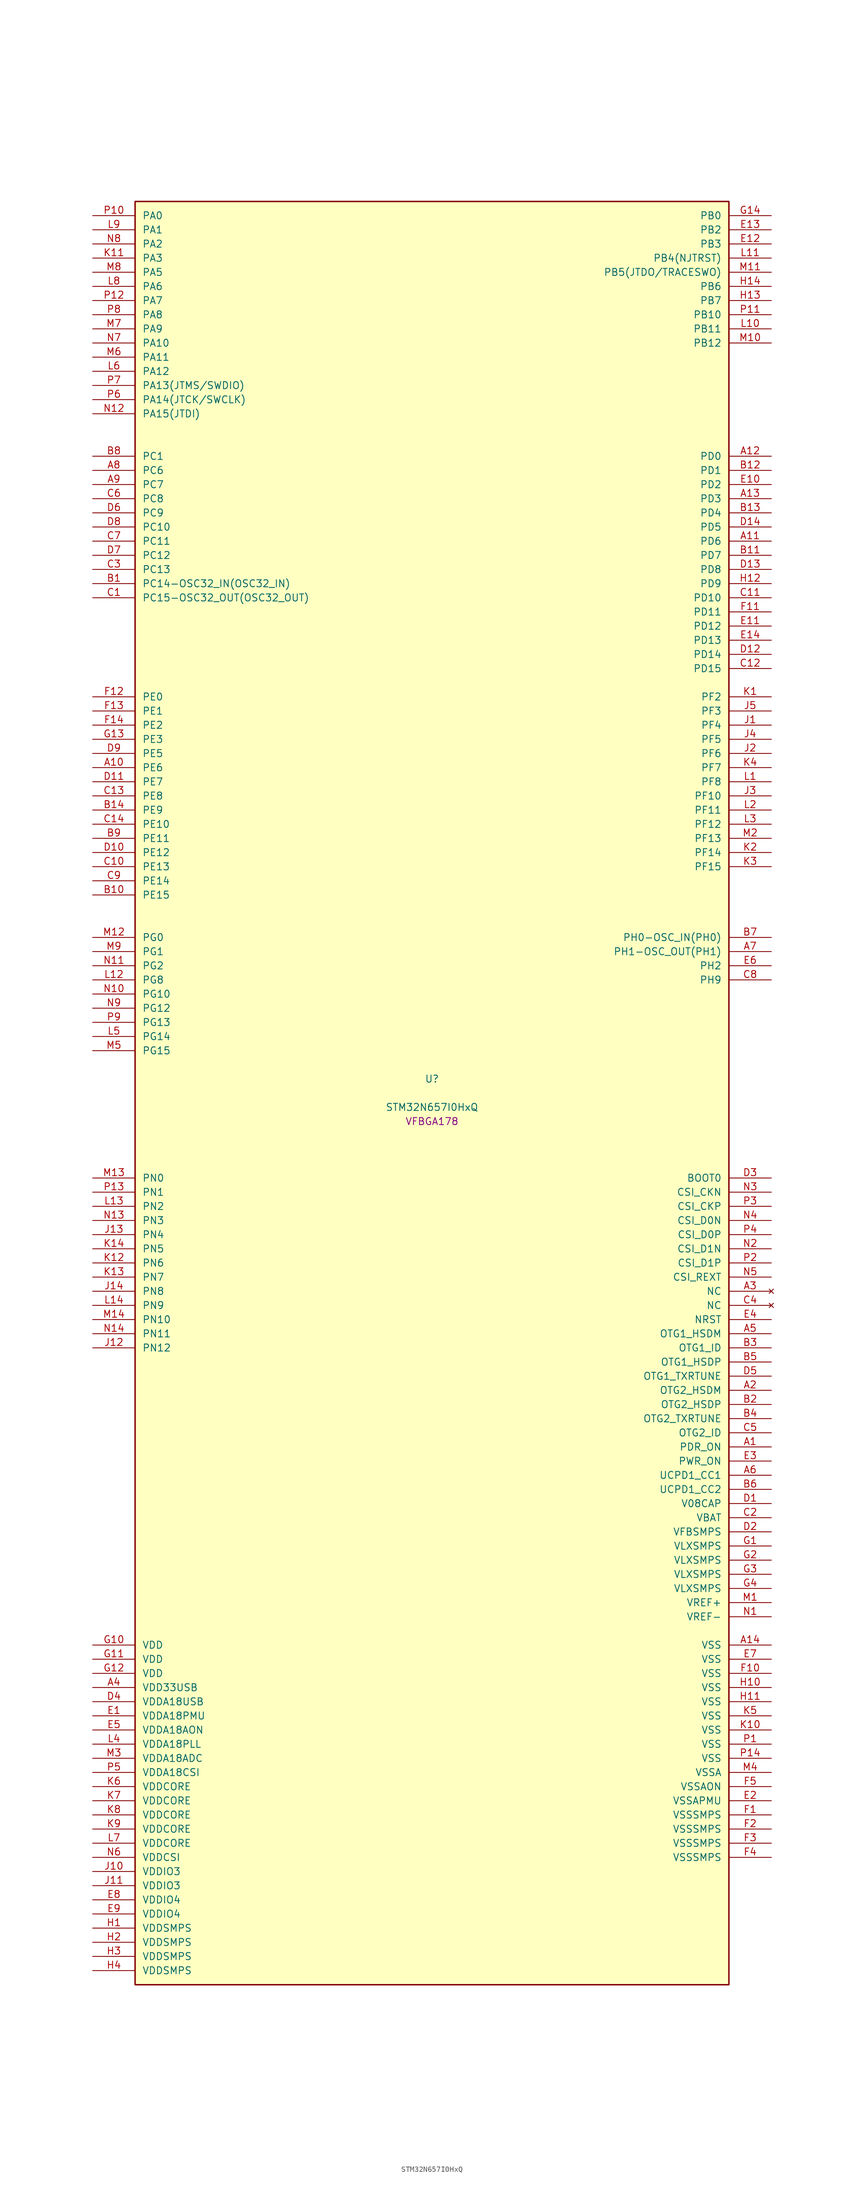
<source format=kicad_sym>
(kicad_symbol_lib
  (version 20241209)
  (generator "stm32_pkl_generator")
  (generator_version "1.0")
  (symbol "STM32N657I0HxQ"
    (pin_names
      (offset 1.27))
    (property "Reference" "U"
      (at 0 2.54 0))
    (property "Value" "STM32N657I0HxQ"
      (at 0 -2.54 0))
    (property "Footprint" "VFBGA178"
      (at 0 -5.08 0))
    (symbol "STM32N657I0HxQ_1_1"
      (rectangle (start -53.34 160.02) (end 53.34 -160.02) (stroke (width 0.254) (type solid)) (fill (type background)))
      (pin bidirectional line (at -60.96 157.48 0) (length 7.62) (name "PA0") (number "P10") (alternate "PA0/ADC1_INN1" bidirectional line) (alternate "PA0/ADC1_INP0" bidirectional line) (alternate "PA0/ADC2_INN1" bidirectional line) (alternate "PA0/ADC2_INP0" bidirectional line) (alternate "PA0/FMC_D7" bidirectional line) (alternate "PA0/FMC_DA7" bidirectional line) (alternate "PA0/HDP_HDP0" bidirectional line) (alternate "PA0/I2S6_WS" bidirectional line) (alternate "PA0/LTDC_G3" bidirectional line) (alternate "PA0/PWR_WKUP1" bidirectional line) (alternate "PA0/SAI2_SD_B" bidirectional line) (alternate "PA0/SPI6_NSS" bidirectional line) (alternate "PA0/TIM15_BKIN" bidirectional line) (alternate "PA0/TIM2_CH1" bidirectional line) (alternate "PA0/TIM5_CH1" bidirectional line) (alternate "PA0/TIM9_CH1" bidirectional line) (alternate "PA0/UART4_TX" bidirectional line) (alternate "PA0/USART2_CTS" bidirectional line) (alternate "PA0/USART2_NSS" bidirectional line))
      (pin bidirectional line (at -60.96 154.94 0) (length 7.62) (name "PA1") (number "L9") (alternate "PA1/ADC1_INP1" bidirectional line) (alternate "PA1/ADC2_INP1" bidirectional line) (alternate "PA1/DCMIPP_D0" bidirectional line) (alternate "PA1/DCMI_D0" bidirectional line) (alternate "PA1/FMC_D6" bidirectional line) (alternate "PA1/FMC_DA6" bidirectional line) (alternate "PA1/HDP_HDP1" bidirectional line) (alternate "PA1/LPTIM3_IN1" bidirectional line) (alternate "PA1/LTDC_G2" bidirectional line) (alternate "PA1/PSSI_D0" bidirectional line) (alternate "PA1/SAI2_MCLK_B" bidirectional line) (alternate "PA1/TIM15_CH1N" bidirectional line) (alternate "PA1/TIM2_CH2" bidirectional line) (alternate "PA1/TIM5_CH2" bidirectional line) (alternate "PA1/UART4_RX" bidirectional line) (alternate "PA1/USART2_RTS" bidirectional line))
      (pin bidirectional line (at -60.96 152.4 0) (length 7.62) (name "PA2") (number "N8") (alternate "PA2/ADC1_INP14" bidirectional line) (alternate "PA2/ADC2_INP14" bidirectional line) (alternate "PA2/FMC_D5" bidirectional line) (alternate "PA2/FMC_DA5" bidirectional line) (alternate "PA2/HDP_HDP2" bidirectional line) (alternate "PA2/LPTIM3_IN2" bidirectional line) (alternate "PA2/LTDC_B7" bidirectional line) (alternate "PA2/MDIOS_MDIO" bidirectional line) (alternate "PA2/PWR_WKUP2" bidirectional line) (alternate "PA2/SAI2_SCK_B" bidirectional line) (alternate "PA2/TIM15_CH1" bidirectional line) (alternate "PA2/TIM2_CH3" bidirectional line) (alternate "PA2/TIM5_CH3" bidirectional line) (alternate "PA2/USART2_TX" bidirectional line))
      (pin bidirectional line (at -60.96 149.86 0) (length 7.62) (name "PA3") (number "K11") (alternate "PA3/FMC_A17" bidirectional line) (alternate "PA3/FMC_ALE" bidirectional line) (alternate "PA3/SAI1_SD_B" bidirectional line) (alternate "PA3/SPI5_NSS" bidirectional line) (alternate "PA3/TIM16_CH1" bidirectional line) (alternate "PA3/UART7_RX" bidirectional line))
      (pin bidirectional line (at -60.96 147.32 0) (length 7.62) (name "PA5") (number "M8") (alternate "PA5/ADC2_INP18" bidirectional line) (alternate "PA5/DCMIPP_D8" bidirectional line) (alternate "PA5/DCMI_D8" bidirectional line) (alternate "PA5/FMC_NOE" bidirectional line) (alternate "PA5/HDP_HDP5" bidirectional line) (alternate "PA5/I2S1_CK" bidirectional line) (alternate "PA5/I2S6_CK" bidirectional line) (alternate "PA5/I3C1_SCL" bidirectional line) (alternate "PA5/LTDC_CLK" bidirectional line) (alternate "PA5/PSSI_D8" bidirectional line) (alternate "PA5/PWR_CSTOP" bidirectional line) (alternate "PA5/SPI1_SCK" bidirectional line) (alternate "PA5/SPI6_SCK" bidirectional line) (alternate "PA5/TIM10_CH1" bidirectional line) (alternate "PA5/TIM2_CH1" bidirectional line) (alternate "PA5/TIM2_ETR" bidirectional line) (alternate "PA5/TIM9_CH2" bidirectional line))
      (pin bidirectional line (at -60.96 144.78 0) (length 7.62) (name "PA6") (number "L8") (alternate "PA6/ADC1_INP3" bidirectional line) (alternate "PA6/ADC2_INP3" bidirectional line) (alternate "PA6/BOOT1" bidirectional line) (alternate "PA6/DCMIPP_PIXCLK" bidirectional line) (alternate "PA6/DCMI_PIXCLK" bidirectional line) (alternate "PA6/HDP_HDP6" bidirectional line) (alternate "PA6/I2S1_SDI" bidirectional line) (alternate "PA6/I2S6_SDI" bidirectional line) (alternate "PA6/I3C1_SDA" bidirectional line) (alternate "PA6/LPTIM3_ETR" bidirectional line) (alternate "PA6/LTDC_B7" bidirectional line) (alternate "PA6/LTDC_HSYNC" bidirectional line) (alternate "PA6/MDIOS_MDC" bidirectional line) (alternate "PA6/PSSI_PDCK" bidirectional line) (alternate "PA6/SPI1_MISO" bidirectional line) (alternate "PA6/SPI6_MISO" bidirectional line) (alternate "PA6/TIM13_CH1" bidirectional line) (alternate "PA6/TIM1_BKIN" bidirectional line) (alternate "PA6/TIM3_CH1" bidirectional line))
      (pin bidirectional line (at -60.96 142.24 0) (length 7.62) (name "PA7") (number "P12") (alternate "PA7/HDP_HDP7" bidirectional line) (alternate "PA7/I2S1_SDO" bidirectional line) (alternate "PA7/I2S6_SDO" bidirectional line) (alternate "PA7/LTDC_B1" bidirectional line) (alternate "PA7/LTDC_R4" bidirectional line) (alternate "PA7/SPI1_MOSI" bidirectional line) (alternate "PA7/SPI6_MOSI" bidirectional line) (alternate "PA7/TIM14_CH1" bidirectional line) (alternate "PA7/TIM1_CH1N" bidirectional line) (alternate "PA7/TIM3_CH2" bidirectional line) (alternate "PA7/USART1_RX" bidirectional line))
      (pin bidirectional line (at -60.96 139.7 0) (length 7.62) (name "PA8") (number "P8") (alternate "PA8/ADC1_INP5" bidirectional line) (alternate "PA8/ADC2_INP5" bidirectional line) (alternate "PA8/FMC_D4" bidirectional line) (alternate "PA8/FMC_DA4" bidirectional line) (alternate "PA8/HDP_HDP0" bidirectional line) (alternate "PA8/I2C3_SCL" bidirectional line) (alternate "PA8/I3C2_SCL" bidirectional line) (alternate "PA8/LTDC_B6" bidirectional line) (alternate "PA8/RCC_MCO_1" bidirectional line) (alternate "PA8/TIM11_CH1" bidirectional line) (alternate "PA8/TIM1_CH1" bidirectional line) (alternate "PA8/UART7_RX" bidirectional line) (alternate "PA8/USART1_CK" bidirectional line))
      (pin bidirectional line (at -60.96 137.16 0) (length 7.62) (name "PA9") (number "M7") (alternate "PA9/ADC1_INP10" bidirectional line) (alternate "PA9/ADC2_INP10" bidirectional line) (alternate "PA9/DCMIPP_D0" bidirectional line) (alternate "PA9/DCMI_D0" bidirectional line) (alternate "PA9/FMC_D3" bidirectional line) (alternate "PA9/FMC_DA3" bidirectional line) (alternate "PA9/HDP_HDP1" bidirectional line) (alternate "PA9/I2C3_SDA" bidirectional line) (alternate "PA9/I2S2_CK" bidirectional line) (alternate "PA9/I3C2_SDA" bidirectional line) (alternate "PA9/LPUART1_TX" bidirectional line) (alternate "PA9/LTDC_B5" bidirectional line) (alternate "PA9/PSSI_D0" bidirectional line) (alternate "PA9/SPI2_SCK" bidirectional line) (alternate "PA9/TIM1_CH2" bidirectional line) (alternate "PA9/USART1_TX" bidirectional line))
      (pin bidirectional line (at -60.96 134.62 0) (length 7.62) (name "PA10") (number "N7") (alternate "PA10/ADC1_INN10" bidirectional line) (alternate "PA10/ADC1_INP11" bidirectional line) (alternate "PA10/ADC2_INN10" bidirectional line) (alternate "PA10/ADC2_INP11" bidirectional line) (alternate "PA10/DCMIPP_D1" bidirectional line) (alternate "PA10/DCMI_D1" bidirectional line) (alternate "PA10/FMC_D2" bidirectional line) (alternate "PA10/FMC_DA2" bidirectional line) (alternate "PA10/HDP_HDP2" bidirectional line) (alternate "PA10/LPUART1_RX" bidirectional line) (alternate "PA10/LTDC_B4" bidirectional line) (alternate "PA10/MDIOS_MDIO" bidirectional line) (alternate "PA10/PSSI_D1" bidirectional line) (alternate "PA10/PWR_CSLEEP" bidirectional line) (alternate "PA10/TIM1_CH3" bidirectional line) (alternate "PA10/USART1_RX" bidirectional line))
      (pin bidirectional line (at -60.96 132.08 0) (length 7.62) (name "PA11") (number "M6") (alternate "PA11/ADC1_EXTI11" bidirectional line) (alternate "PA11/ADC1_INN11" bidirectional line) (alternate "PA11/ADC1_INP12" bidirectional line) (alternate "PA11/ADC2_EXTI11" bidirectional line) (alternate "PA11/ADC2_INN11" bidirectional line) (alternate "PA11/ADC2_INP12" bidirectional line) (alternate "PA11/FDCAN1_RX" bidirectional line) (alternate "PA11/FMC_D1" bidirectional line) (alternate "PA11/FMC_DA1" bidirectional line) (alternate "PA11/HDP_HDP3" bidirectional line) (alternate "PA11/I2S2_WS" bidirectional line) (alternate "PA11/LPUART1_CTS" bidirectional line) (alternate "PA11/LTDC_B3" bidirectional line) (alternate "PA11/SPI2_NSS" bidirectional line) (alternate "PA11/TIM1_CH4" bidirectional line) (alternate "PA11/UART4_RX" bidirectional line) (alternate "PA11/USART1_CTS" bidirectional line) (alternate "PA11/USART1_NSS" bidirectional line))
      (pin bidirectional line (at -60.96 129.54 0) (length 7.62) (name "PA12") (number "L6") (alternate "PA12/ADC1_INN12" bidirectional line) (alternate "PA12/ADC1_INP13" bidirectional line) (alternate "PA12/ADC2_INN12" bidirectional line) (alternate "PA12/ADC2_INP13" bidirectional line) (alternate "PA12/FDCAN1_TX" bidirectional line) (alternate "PA12/FMC_D0" bidirectional line) (alternate "PA12/FMC_DA0" bidirectional line) (alternate "PA12/HDP_HDP4" bidirectional line) (alternate "PA12/I2S2_CK" bidirectional line) (alternate "PA12/LPUART1_RTS" bidirectional line) (alternate "PA12/LTDC_B2" bidirectional line) (alternate "PA12/SAI2_FS_B" bidirectional line) (alternate "PA12/SPI2_SCK" bidirectional line) (alternate "PA12/TIM1_ETR" bidirectional line) (alternate "PA12/UART4_TX" bidirectional line) (alternate "PA12/USART1_RTS" bidirectional line))
      (pin bidirectional line (at -60.96 127 0) (length 7.62) (name "PA13(JTMS/SWDIO)") (number "P7") (alternate "PA13(JTMS/SWDIO)/DEBUG_JTMS-SWDIO" bidirectional line) (alternate "PA13(JTMS/SWDIO)/HDP_HDP5" bidirectional line))
      (pin bidirectional line (at -60.96 124.46 0) (length 7.62) (name "PA14(JTCK/SWCLK)") (number "P6") (alternate "PA14(JTCK/SWCLK)/DEBUG_JTCK-SWCLK" bidirectional line) (alternate "PA14(JTCK/SWCLK)/HDP_HDP6" bidirectional line))
      (pin bidirectional line (at -60.96 121.92 0) (length 7.62) (name "PA15(JTDI)") (number "N12") (alternate "PA15(JTDI)/ADC1_EXTI15" bidirectional line) (alternate "PA15(JTDI)/ADC2_EXTI15" bidirectional line) (alternate "PA15(JTDI)/DEBUG_JTDI" bidirectional line) (alternate "PA15(JTDI)/FMC_D15" bidirectional line) (alternate "PA15(JTDI)/FMC_DA15" bidirectional line) (alternate "PA15(JTDI)/HDP_HDP7" bidirectional line) (alternate "PA15(JTDI)/I2S1_WS" bidirectional line) (alternate "PA15(JTDI)/I2S3_WS" bidirectional line) (alternate "PA15(JTDI)/I2S6_WS" bidirectional line) (alternate "PA15(JTDI)/LTDC_R5" bidirectional line) (alternate "PA15(JTDI)/SPI1_NSS" bidirectional line) (alternate "PA15(JTDI)/SPI3_NSS" bidirectional line) (alternate "PA15(JTDI)/SPI6_NSS" bidirectional line) (alternate "PA15(JTDI)/TIM2_CH1" bidirectional line) (alternate "PA15(JTDI)/TIM2_ETR" bidirectional line) (alternate "PA15(JTDI)/UART4_DE" bidirectional line) (alternate "PA15(JTDI)/UART4_RTS" bidirectional line) (alternate "PA15(JTDI)/UART7_TX" bidirectional line))
      (pin bidirectional line (at 60.96 157.48 180) (length 7.62) (name "PB0") (number "G14") (alternate "PB0/ADF1_SDI0" bidirectional line) (alternate "PB0/DCMIPP_D4" bidirectional line) (alternate "PB0/DCMI_D4" bidirectional line) (alternate "PB0/DEBUG_TRACED1" bidirectional line) (alternate "PB0/FMC_D13" bidirectional line) (alternate "PB0/FMC_DA13" bidirectional line) (alternate "PB0/MDF1_SDI2" bidirectional line) (alternate "PB0/PSSI_D4" bidirectional line) (alternate "PB0/SAI1_D2" bidirectional line) (alternate "PB0/SAI1_FS_A" bidirectional line) (alternate "PB0/SPI4_NSS" bidirectional line) (alternate "PB0/TIM15_CH1N" bidirectional line) (alternate "PB0/TIM1_CH4" bidirectional line))
      (pin bidirectional line (at 60.96 154.94 180) (length 7.62) (name "PB2") (number "E13") (alternate "PB2/ADF1_SDI0" bidirectional line) (alternate "PB2/FMC_D2" bidirectional line) (alternate "PB2/FMC_DA2" bidirectional line) (alternate "PB2/HDP_HDP2" bidirectional line) (alternate "PB2/I2S3_SDO" bidirectional line) (alternate "PB2/LTDC_B2" bidirectional line) (alternate "PB2/MDF1_SDI1" bidirectional line) (alternate "PB2/RTC_OUT2" bidirectional line) (alternate "PB2/SAI1_D1" bidirectional line) (alternate "PB2/SAI1_SD_A" bidirectional line) (alternate "PB2/SPI3_MOSI" bidirectional line) (alternate "PB2/TIM1_CH1" bidirectional line))
      (pin bidirectional line (at 60.96 152.4 180) (length 7.62) (name "PB3") (number "E12") (alternate "PB3/DEBUG_JTDO-SWO" bidirectional line) (alternate "PB3/DEBUG_TRACECLK" bidirectional line) (alternate "PB3/FMC_A23" bidirectional line) (alternate "PB3/FMC_NBL1" bidirectional line) (alternate "PB3/GFXTIM_FCKCAL" bidirectional line) (alternate "PB3/GFXTIM_LCKCAL" bidirectional line) (alternate "PB3/HDP_HDP0" bidirectional line) (alternate "PB3/MDF1_CKI1" bidirectional line) (alternate "PB3/SAI2_FS_B" bidirectional line) (alternate "PB3/TIM1_CH4N" bidirectional line) (alternate "PB3/USART1_CK" bidirectional line))
      (pin bidirectional line (at 60.96 149.86 180) (length 7.62) (name "PB4(NJTRST)") (number "L11") (alternate "PB4(NJTRST)/DCMIPP_VSYNC" bidirectional line) (alternate "PB4(NJTRST)/DCMI_VSYNC" bidirectional line) (alternate "PB4(NJTRST)/DEBUG_NJTRST" bidirectional line) (alternate "PB4(NJTRST)/FMC_D13" bidirectional line) (alternate "PB4(NJTRST)/FMC_DA13" bidirectional line) (alternate "PB4(NJTRST)/HDP_HDP4" bidirectional line) (alternate "PB4(NJTRST)/I2S1_SDI" bidirectional line) (alternate "PB4(NJTRST)/I2S2_WS" bidirectional line) (alternate "PB4(NJTRST)/I2S3_SDI" bidirectional line) (alternate "PB4(NJTRST)/I2S6_SDI" bidirectional line) (alternate "PB4(NJTRST)/LTDC_R3" bidirectional line) (alternate "PB4(NJTRST)/PSSI_RDY" bidirectional line) (alternate "PB4(NJTRST)/SPI1_MISO" bidirectional line) (alternate "PB4(NJTRST)/SPI2_NSS" bidirectional line) (alternate "PB4(NJTRST)/SPI3_MISO" bidirectional line) (alternate "PB4(NJTRST)/SPI6_MISO" bidirectional line) (alternate "PB4(NJTRST)/TIM16_BKIN" bidirectional line) (alternate "PB4(NJTRST)/TIM3_CH1" bidirectional line) (alternate "PB4(NJTRST)/UART7_TX" bidirectional line))
      (pin bidirectional line (at 60.96 147.32 180) (length 7.62) (name "PB5(JTDO/TRACESWO)") (number "M11") (alternate "PB5(JTDO/TRACESWO)/DCMIPP_D10" bidirectional line) (alternate "PB5(JTDO/TRACESWO)/DCMI_D10" bidirectional line) (alternate "PB5(JTDO/TRACESWO)/DEBUG_JTDO-SWO" bidirectional line) (alternate "PB5(JTDO/TRACESWO)/FDCAN2_RX" bidirectional line) (alternate "PB5(JTDO/TRACESWO)/FMC_D12" bidirectional line) (alternate "PB5(JTDO/TRACESWO)/FMC_DA12" bidirectional line) (alternate "PB5(JTDO/TRACESWO)/HDP_HDP5" bidirectional line) (alternate "PB5(JTDO/TRACESWO)/I2C1_SMBA" bidirectional line) (alternate "PB5(JTDO/TRACESWO)/I2S1_SDO" bidirectional line) (alternate "PB5(JTDO/TRACESWO)/I2S3_SDO" bidirectional line) (alternate "PB5(JTDO/TRACESWO)/I2S6_SDO" bidirectional line) (alternate "PB5(JTDO/TRACESWO)/LTDC_R2" bidirectional line) (alternate "PB5(JTDO/TRACESWO)/PSSI_D10" bidirectional line) (alternate "PB5(JTDO/TRACESWO)/SPI1_MOSI" bidirectional line) (alternate "PB5(JTDO/TRACESWO)/SPI3_MOSI" bidirectional line) (alternate "PB5(JTDO/TRACESWO)/SPI6_MOSI" bidirectional line) (alternate "PB5(JTDO/TRACESWO)/TIM17_BKIN" bidirectional line) (alternate "PB5(JTDO/TRACESWO)/TIM3_CH2" bidirectional line) (alternate "PB5(JTDO/TRACESWO)/UART5_RX" bidirectional line))
      (pin bidirectional line (at 60.96 144.78 180) (length 7.62) (name "PB6") (number "H14") (alternate "PB6/ADF1_CCK1" bidirectional line) (alternate "PB6/DCMIPP_D6" bidirectional line) (alternate "PB6/DCMI_D6" bidirectional line) (alternate "PB6/DEBUG_TRACED2" bidirectional line) (alternate "PB6/FMC_D14" bidirectional line) (alternate "PB6/FMC_DA14" bidirectional line) (alternate "PB6/MDF1_CCK1" bidirectional line) (alternate "PB6/PSSI_D6" bidirectional line) (alternate "PB6/SAI1_CK2" bidirectional line) (alternate "PB6/SAI1_SCK_A" bidirectional line) (alternate "PB6/SPI4_MISO" bidirectional line) (alternate "PB6/TIM15_CH1" bidirectional line))
      (pin bidirectional line (at 60.96 142.24 180) (length 7.62) (name "PB7") (number "H13") (alternate "PB7/ADF1_SDI0" bidirectional line) (alternate "PB7/DCMIPP_D7" bidirectional line) (alternate "PB7/DCMI_D7" bidirectional line) (alternate "PB7/DEBUG_TRACED3" bidirectional line) (alternate "PB7/FMC_D15" bidirectional line) (alternate "PB7/FMC_DA15" bidirectional line) (alternate "PB7/MDF1_SDI1" bidirectional line) (alternate "PB7/PSSI_D7" bidirectional line) (alternate "PB7/SAI1_D1" bidirectional line) (alternate "PB7/SAI1_SD_A" bidirectional line) (alternate "PB7/SAI2_MCLK_B" bidirectional line) (alternate "PB7/SPI4_MOSI" bidirectional line) (alternate "PB7/TIM15_CH2" bidirectional line) (alternate "PB7/TIM1_BKIN2" bidirectional line))
      (pin bidirectional line (at 60.96 139.7 180) (length 7.62) (name "PB10") (number "P11") (alternate "PB10/ADC1_INN4" bidirectional line) (alternate "PB10/ADC1_INP8" bidirectional line) (alternate "PB10/ADC2_INN4" bidirectional line) (alternate "PB10/ADC2_INP8" bidirectional line) (alternate "PB10/FMC_D11" bidirectional line) (alternate "PB10/FMC_DA11" bidirectional line) (alternate "PB10/HDP_HDP2" bidirectional line) (alternate "PB10/I2C2_SCL" bidirectional line) (alternate "PB10/I2S2_CK" bidirectional line) (alternate "PB10/I3C2_SCL" bidirectional line) (alternate "PB10/LPTIM2_IN1" bidirectional line) (alternate "PB10/LTDC_G7" bidirectional line) (alternate "PB10/SPI2_SCK" bidirectional line) (alternate "PB10/TIM2_CH3" bidirectional line) (alternate "PB10/USART3_TX" bidirectional line))
      (pin bidirectional line (at 60.96 137.16 180) (length 7.62) (name "PB11") (number "L10") (alternate "PB11/ADC1_EXTI11" bidirectional line) (alternate "PB11/ADC1_INP4" bidirectional line) (alternate "PB11/ADC2_EXTI11" bidirectional line) (alternate "PB11/ADC2_INP4" bidirectional line) (alternate "PB11/FMC_D10" bidirectional line) (alternate "PB11/FMC_DA10" bidirectional line) (alternate "PB11/HDP_HDP3" bidirectional line) (alternate "PB11/I2C2_SDA" bidirectional line) (alternate "PB11/I3C2_SDA" bidirectional line) (alternate "PB11/LPTIM2_ETR" bidirectional line) (alternate "PB11/LTDC_G6" bidirectional line) (alternate "PB11/TIM2_CH4" bidirectional line) (alternate "PB11/USART3_RX" bidirectional line))
      (pin bidirectional line (at 60.96 134.62 180) (length 7.62) (name "PB12") (number "M10") (alternate "PB12/FDCAN2_RX" bidirectional line) (alternate "PB12/FMC_D9" bidirectional line) (alternate "PB12/FMC_DA9" bidirectional line) (alternate "PB12/HDP_HDP4" bidirectional line) (alternate "PB12/I2C2_SMBA" bidirectional line) (alternate "PB12/I2S2_WS" bidirectional line) (alternate "PB12/LPTIM2_IN2" bidirectional line) (alternate "PB12/LTDC_G5" bidirectional line) (alternate "PB12/SPI2_NSS" bidirectional line) (alternate "PB12/TIM1_BKIN" bidirectional line) (alternate "PB12/UART5_RX" bidirectional line) (alternate "PB12/USART3_CK" bidirectional line))
      (pin bidirectional line (at -60.96 114.3 0) (length 7.62) (name "PC1") (number "B8") (alternate "PC1/DCMIPP_D7" bidirectional line) (alternate "PC1/DCMI_D7" bidirectional line) (alternate "PC1/FDCAN1_TX" bidirectional line) (alternate "PC1/HDP_HDP1" bidirectional line) (alternate "PC1/I2C1_SDA" bidirectional line) (alternate "PC1/I2S2_WS" bidirectional line) (alternate "PC1/I3C1_SDA" bidirectional line) (alternate "PC1/PSSI_D7" bidirectional line) (alternate "PC1/SDMMC1_CDIR" bidirectional line) (alternate "PC1/SDMMC1_D5" bidirectional line) (alternate "PC1/SPI2_NSS" bidirectional line) (alternate "PC1/TIM17_CH1" bidirectional line) (alternate "PC1/TIM4_CH4" bidirectional line) (alternate "PC1/UART4_TX" bidirectional line))
      (pin bidirectional line (at -60.96 111.76 0) (length 7.62) (name "PC6") (number "A8") (alternate "PC6/DCMIPP_D1" bidirectional line) (alternate "PC6/DCMI_D1" bidirectional line) (alternate "PC6/HDP_HDP6" bidirectional line) (alternate "PC6/I2S2_MCK" bidirectional line) (alternate "PC6/PSSI_D1" bidirectional line) (alternate "PC6/SDMMC1_D0DIR" bidirectional line) (alternate "PC6/SDMMC1_D6" bidirectional line) (alternate "PC6/TIM1_CH1" bidirectional line) (alternate "PC6/TIM3_CH1" bidirectional line) (alternate "PC6/TIM9_CH1" bidirectional line) (alternate "PC6/USART6_TX" bidirectional line))
      (pin bidirectional line (at -60.96 109.22 0) (length 7.62) (name "PC7") (number "A9") (alternate "PC7/DCMIPP_D1" bidirectional line) (alternate "PC7/DCMI_D1" bidirectional line) (alternate "PC7/DEBUG_TRGIO" bidirectional line) (alternate "PC7/HDP_HDP7" bidirectional line) (alternate "PC7/I2S3_MCK" bidirectional line) (alternate "PC7/PSSI_D1" bidirectional line) (alternate "PC7/SDMMC1_D123DIR" bidirectional line) (alternate "PC7/SDMMC1_D7" bidirectional line) (alternate "PC7/TIM16_CH1N" bidirectional line) (alternate "PC7/TIM3_CH2" bidirectional line) (alternate "PC7/TIM9_CH2" bidirectional line) (alternate "PC7/USART6_RX" bidirectional line))
      (pin bidirectional line (at -60.96 106.68 0) (length 7.62) (name "PC8") (number "C6") (alternate "PC8/DCMIPP_D2" bidirectional line) (alternate "PC8/DCMI_D2" bidirectional line) (alternate "PC8/DEBUG_TRACED1" bidirectional line) (alternate "PC8/FMC_NE4" bidirectional line) (alternate "PC8/HDP_HDP0" bidirectional line) (alternate "PC8/I2C3_SMBA" bidirectional line) (alternate "PC8/LTDC_B0" bidirectional line) (alternate "PC8/PSSI_D2" bidirectional line) (alternate "PC8/SDMMC1_D0" bidirectional line) (alternate "PC8/TIM3_CH3" bidirectional line) (alternate "PC8/UART5_DE" bidirectional line) (alternate "PC8/UART5_RTS" bidirectional line) (alternate "PC8/UCPD1_FRSTX1" bidirectional line) (alternate "PC8/USART6_CK" bidirectional line))
      (pin bidirectional line (at -60.96 104.14 0) (length 7.62) (name "PC9") (number "D6") (alternate "PC9/AUDIOCLK" bidirectional line) (alternate "PC9/DCMIPP_D3" bidirectional line) (alternate "PC9/DCMI_D3" bidirectional line) (alternate "PC9/HDP_HDP1" bidirectional line) (alternate "PC9/I2C3_SDA" bidirectional line) (alternate "PC9/LTDC_B3" bidirectional line) (alternate "PC9/PSSI_D3" bidirectional line) (alternate "PC9/RCC_MCO_2" bidirectional line) (alternate "PC9/SDMMC1_D1" bidirectional line) (alternate "PC9/TIM3_CH4" bidirectional line) (alternate "PC9/UART5_CTS" bidirectional line) (alternate "PC9/UCPD1_FRSTX2" bidirectional line) (alternate "PC9/USART6_RX" bidirectional line))
      (pin bidirectional line (at -60.96 101.6 0) (length 7.62) (name "PC10") (number "D8") (alternate "PC10/DCMIPP_D14" bidirectional line) (alternate "PC10/FMC_CLK" bidirectional line) (alternate "PC10/HDP_HDP2" bidirectional line) (alternate "PC10/I2C4_SCL" bidirectional line) (alternate "PC10/I2S3_CK" bidirectional line) (alternate "PC10/I3C2_SCL" bidirectional line) (alternate "PC10/PSSI_D14" bidirectional line) (alternate "PC10/SDMMC1_D2" bidirectional line) (alternate "PC10/SPI3_SCK" bidirectional line) (alternate "PC10/TIM1_BKIN" bidirectional line) (alternate "PC10/UART4_TX" bidirectional line) (alternate "PC10/USART3_TX" bidirectional line))
      (pin bidirectional line (at -60.96 99.06 0) (length 7.62) (name "PC11") (number "C7") (alternate "PC11/ADC1_EXTI11" bidirectional line) (alternate "PC11/ADC2_EXTI11" bidirectional line) (alternate "PC11/DCMIPP_D4" bidirectional line) (alternate "PC11/DCMI_D4" bidirectional line) (alternate "PC11/HDP_HDP3" bidirectional line) (alternate "PC11/I2C4_SDA" bidirectional line) (alternate "PC11/I2S3_SDI" bidirectional line) (alternate "PC11/I3C2_SDA" bidirectional line) (alternate "PC11/PSSI_D4" bidirectional line) (alternate "PC11/SDMMC1_D3" bidirectional line) (alternate "PC11/SPI3_MISO" bidirectional line) (alternate "PC11/UART4_RX" bidirectional line) (alternate "PC11/USART3_RX" bidirectional line))
      (pin bidirectional line (at -60.96 96.52 0) (length 7.62) (name "PC12") (number "D7") (alternate "PC12/DCMIPP_D9" bidirectional line) (alternate "PC12/DCMI_D9" bidirectional line) (alternate "PC12/DEBUG_TRACED3" bidirectional line) (alternate "PC12/FMC_NL" bidirectional line) (alternate "PC12/HDP_HDP4" bidirectional line) (alternate "PC12/I2S3_SDO" bidirectional line) (alternate "PC12/I2S6_CK" bidirectional line) (alternate "PC12/PSSI_D9" bidirectional line) (alternate "PC12/SDMMC1_CK" bidirectional line) (alternate "PC12/SPI3_MOSI" bidirectional line) (alternate "PC12/SPI6_SCK" bidirectional line) (alternate "PC12/TIM15_CH1" bidirectional line) (alternate "PC12/TIM1_CH4" bidirectional line) (alternate "PC12/UART5_TX" bidirectional line) (alternate "PC12/USART3_CK" bidirectional line))
      (pin bidirectional line (at -60.96 93.98 0) (length 7.62) (name "PC13") (number "C3") (alternate "PC13/HDP_HDP5" bidirectional line) (alternate "PC13/PWR_WKUP3" bidirectional line) (alternate "PC13/RTC_OUT1" bidirectional line) (alternate "PC13/RTC_TS" bidirectional line) (alternate "PC13/TAMP_IN1" bidirectional line) (alternate "PC13/TAMP_OUT2" bidirectional line))
      (pin bidirectional line (at -60.96 91.44 0) (length 7.62) (name "PC14-OSC32_IN(OSC32_IN)") (number "B1") (alternate "PC14-OSC32_IN(OSC32_IN)/RCC_OSC32_IN" bidirectional line))
      (pin bidirectional line (at -60.96 88.9 0) (length 7.62) (name "PC15-OSC32_OUT(OSC32_OUT)") (number "C1") (alternate "PC15-OSC32_OUT(OSC32_OUT)/ADC1_EXTI15" bidirectional line) (alternate "PC15-OSC32_OUT(OSC32_OUT)/ADC2_EXTI15" bidirectional line) (alternate "PC15-OSC32_OUT(OSC32_OUT)/RCC_OSC32_OUT" bidirectional line))
      (pin bidirectional line (at 60.96 114.3 180) (length 7.62) (name "PD0") (number "A12") (alternate "PD0/DCMIPP_HSYNC" bidirectional line) (alternate "PD0/DCMI_HSYNC" bidirectional line) (alternate "PD0/FDCAN1_RX" bidirectional line) (alternate "PD0/FMC_A6" bidirectional line) (alternate "PD0/FMC_A22" bidirectional line) (alternate "PD0/PSSI_DE" bidirectional line) (alternate "PD0/TIM1_ETR" bidirectional line) (alternate "PD0/UART4_RX" bidirectional line) (alternate "PD0/UART9_CTS" bidirectional line))
      (pin bidirectional line (at 60.96 111.76 180) (length 7.62) (name "PD1") (number "B12") (alternate "PD1/ETH1_MDC" bidirectional line) (alternate "PD1/FDCAN1_TX" bidirectional line) (alternate "PD1/FMC_A7" bidirectional line) (alternate "PD1/FMC_A23" bidirectional line) (alternate "PD1/UART4_TX" bidirectional line))
      (pin bidirectional line (at 60.96 109.22 180) (length 7.62) (name "PD2") (number "E10") (alternate "PD2/ADF1_SDI0" bidirectional line) (alternate "PD2/DEBUG_TRACED0" bidirectional line) (alternate "PD2/FMC_A0" bidirectional line) (alternate "PD2/FMC_A16" bidirectional line) (alternate "PD2/FMC_CLE" bidirectional line) (alternate "PD2/HDP_HDP1" bidirectional line) (alternate "PD2/I2S2_SDO" bidirectional line) (alternate "PD2/MDF1_SDI1" bidirectional line) (alternate "PD2/MDIOS_MDC" bidirectional line) (alternate "PD2/PWR_WKUP4" bidirectional line) (alternate "PD2/SAI1_D1" bidirectional line) (alternate "PD2/SAI1_SD_A" bidirectional line) (alternate "PD2/SPI2_MOSI" bidirectional line) (alternate "PD2/TIM15_CH1N" bidirectional line) (alternate "PD2/TIM1_CH3" bidirectional line))
      (pin bidirectional line (at 60.96 106.68 180) (length 7.62) (name "PD3") (number "A13") (alternate "PD3/DCMIPP_D14" bidirectional line) (alternate "PD3/ETH1_PHY_INTN" bidirectional line) (alternate "PD3/FMC_A10" bidirectional line) (alternate "PD3/I2C2_SMBA" bidirectional line) (alternate "PD3/PSSI_D14" bidirectional line) (alternate "PD3/USART6_CTS" bidirectional line))
      (pin bidirectional line (at 60.96 104.14 180) (length 7.62) (name "PD4") (number "B13") (alternate "PD4/DCMIPP_D9" bidirectional line) (alternate "PD4/DCMI_D9" bidirectional line) (alternate "PD4/FMC_A11" bidirectional line) (alternate "PD4/I2C2_SDA" bidirectional line) (alternate "PD4/PSSI_D9" bidirectional line) (alternate "PD4/SPI5_MISO" bidirectional line) (alternate "PD4/TAMP_IN7" bidirectional line) (alternate "PD4/TAMP_OUT8" bidirectional line) (alternate "PD4/TIM1_BKIN2" bidirectional line) (alternate "PD4/USART6_RTS" bidirectional line))
      (pin bidirectional line (at 60.96 101.6 180) (length 7.62) (name "PD5") (number "D14") (alternate "PD5/DCMIPP_PIXCLK" bidirectional line) (alternate "PD5/DCMI_PIXCLK" bidirectional line) (alternate "PD5/FMC_D6" bidirectional line) (alternate "PD5/FMC_DA6" bidirectional line) (alternate "PD5/PSSI_PDCK" bidirectional line) (alternate "PD5/TIM1_CH4N" bidirectional line) (alternate "PD5/USART2_TX" bidirectional line))
      (pin bidirectional line (at 60.96 99.06 180) (length 7.62) (name "PD6") (number "A11") (alternate "PD6/FMC_A1" bidirectional line) (alternate "PD6/FMC_A17" bidirectional line) (alternate "PD6/FMC_ALE" bidirectional line) (alternate "PD6/HDP_HDP2" bidirectional line) (alternate "PD6/I2S2_SDI" bidirectional line) (alternate "PD6/SPI2_MISO" bidirectional line) (alternate "PD6/TIM15_CH2" bidirectional line) (alternate "PD6/TIM1_CH1" bidirectional line))
      (pin bidirectional line (at 60.96 96.52 180) (length 7.62) (name "PD7") (number "B11") (alternate "PD7/DCMIPP_D0" bidirectional line) (alternate "PD7/DCMI_D0" bidirectional line) (alternate "PD7/FMC_A2" bidirectional line) (alternate "PD7/FMC_A18" bidirectional line) (alternate "PD7/HDP_HDP3" bidirectional line) (alternate "PD7/I2S2_SDO" bidirectional line) (alternate "PD7/I2S3_WS" bidirectional line) (alternate "PD7/PSSI_D0" bidirectional line) (alternate "PD7/SPI2_MOSI" bidirectional line) (alternate "PD7/SPI3_NSS" bidirectional line) (alternate "PD7/TIM15_CH1N" bidirectional line) (alternate "PD7/TIM1_CH2" bidirectional line))
      (pin bidirectional line (at 60.96 93.98 180) (length 7.62) (name "PD8") (number "D13") (alternate "PD8/DCMIPP_D11" bidirectional line) (alternate "PD8/DCMI_D11" bidirectional line) (alternate "PD8/FMC_NBL0" bidirectional line) (alternate "PD8/LTDC_R7" bidirectional line) (alternate "PD8/PSSI_D11" bidirectional line) (alternate "PD8/TAMP_IN3" bidirectional line) (alternate "PD8/TAMP_OUT4" bidirectional line) (alternate "PD8/USART3_TX" bidirectional line))
      (pin bidirectional line (at 60.96 91.44 180) (length 7.62) (name "PD9") (number "H12") (alternate "PD9/DCMIPP_D11" bidirectional line) (alternate "PD9/DCMI_D11" bidirectional line) (alternate "PD9/FMC_SDCLK" bidirectional line) (alternate "PD9/LTDC_R1" bidirectional line) (alternate "PD9/PSSI_D11" bidirectional line) (alternate "PD9/TAMP_IN5" bidirectional line) (alternate "PD9/TAMP_OUT6" bidirectional line) (alternate "PD9/USART3_RX" bidirectional line))
      (pin bidirectional line (at 60.96 88.9 180) (length 7.62) (name "PD10") (number "C11") (alternate "PD10/DEBUG_TRACECLK" bidirectional line) (alternate "PD10/FMC_A3" bidirectional line) (alternate "PD10/FMC_A19" bidirectional line) (alternate "PD10/GFXTIM_TE" bidirectional line) (alternate "PD10/HDP_HDP4" bidirectional line) (alternate "PD10/I2S1_MCK" bidirectional line) (alternate "PD10/MDF1_CKI3" bidirectional line) (alternate "PD10/SAI2_FS_B" bidirectional line) (alternate "PD10/TIM1_ETR" bidirectional line) (alternate "PD10/UCPD1_FRSTX1" bidirectional line))
      (pin bidirectional line (at 60.96 86.36 180) (length 7.62) (name "PD11") (number "F11") (alternate "PD11/ADC1_EXTI11" bidirectional line) (alternate "PD11/ADC2_EXTI11" bidirectional line) (alternate "PD11/DCMIPP_D15" bidirectional line) (alternate "PD11/FMC_D8" bidirectional line) (alternate "PD11/FMC_DA8" bidirectional line) (alternate "PD11/I2C4_SDA" bidirectional line) (alternate "PD11/I2S2_SDI" bidirectional line) (alternate "PD11/PSSI_D15" bidirectional line) (alternate "PD11/SDMMC1_D0" bidirectional line) (alternate "PD11/SPI2_MISO" bidirectional line) (alternate "PD11/UCPD1_FRSTX1" bidirectional line))
      (pin bidirectional line (at 60.96 83.82 180) (length 7.62) (name "PD12") (number "E11") (alternate "PD12/DCMIPP_D12" bidirectional line) (alternate "PD12/DCMI_D12" bidirectional line) (alternate "PD12/ETH1_MDIO" bidirectional line) (alternate "PD12/FMC_A5" bidirectional line) (alternate "PD12/FMC_A21" bidirectional line) (alternate "PD12/HDP_HDP5" bidirectional line) (alternate "PD12/MDF1_SDI3" bidirectional line) (alternate "PD12/PSSI_D12" bidirectional line) (alternate "PD12/SAI1_D3" bidirectional line) (alternate "PD12/UCPD1_FRSTX2" bidirectional line))
      (pin bidirectional line (at 60.96 81.28 180) (length 7.62) (name "PD13") (number "E14") (alternate "PD13/DCMIPP_D13" bidirectional line) (alternate "PD13/DCMI_D13" bidirectional line) (alternate "PD13/FMC_D4" bidirectional line) (alternate "PD13/FMC_DA4" bidirectional line) (alternate "PD13/LTDC_R6" bidirectional line) (alternate "PD13/PSSI_D13" bidirectional line) (alternate "PD13/SAI2_SCK_A" bidirectional line) (alternate "PD13/TIM4_CH2" bidirectional line) (alternate "PD13/UART9_RTS" bidirectional line) (alternate "PD13/UCPD1_FRSTX2" bidirectional line))
      (pin bidirectional line (at 60.96 78.74 180) (length 7.62) (name "PD14") (number "D12") (alternate "PD14/FMC_A9" bidirectional line) (alternate "PD14/I2C2_SCL" bidirectional line))
      (pin bidirectional line (at 60.96 76.2 180) (length 7.62) (name "PD15") (number "C12") (alternate "PD15/ADC1_EXTI15" bidirectional line) (alternate "PD15/ADC2_EXTI15" bidirectional line) (alternate "PD15/FMC_A8" bidirectional line) (alternate "PD15/I2C2_SDA" bidirectional line) (alternate "PD15/LTDC_R2" bidirectional line))
      (pin bidirectional line (at -60.96 71.12 0) (length 7.62) (name "PE0") (number "F12") (alternate "PE0/DCMIPP_D2" bidirectional line) (alternate "PE0/DCMI_D2" bidirectional line) (alternate "PE0/FMC_D9" bidirectional line) (alternate "PE0/FMC_DA9" bidirectional line) (alternate "PE0/LPTIM2_ETR" bidirectional line) (alternate "PE0/PSSI_D2" bidirectional line) (alternate "PE0/SAI2_MCLK_A" bidirectional line) (alternate "PE0/TAMP_IN6" bidirectional line) (alternate "PE0/TAMP_OUT5" bidirectional line) (alternate "PE0/TIM4_ETR" bidirectional line) (alternate "PE0/USART3_RX" bidirectional line))
      (pin bidirectional line (at -60.96 68.58 0) (length 7.62) (name "PE1") (number "F13") (alternate "PE1/DCMIPP_D8" bidirectional line) (alternate "PE1/DCMI_D8" bidirectional line) (alternate "PE1/FMC_D10" bidirectional line) (alternate "PE1/FMC_DA10" bidirectional line) (alternate "PE1/LPTIM2_CH2" bidirectional line) (alternate "PE1/PSSI_D8" bidirectional line) (alternate "PE1/USART3_TX" bidirectional line))
      (pin bidirectional line (at -60.96 66.04 0) (length 7.62) (name "PE2") (number "F14") (alternate "PE2/ADF1_CCK0" bidirectional line) (alternate "PE2/DEBUG_TRACECLK" bidirectional line) (alternate "PE2/FMC_D11" bidirectional line) (alternate "PE2/FMC_DA11" bidirectional line) (alternate "PE2/MDF1_CCK0" bidirectional line) (alternate "PE2/SAI1_CK1" bidirectional line) (alternate "PE2/SAI1_MCLK_A" bidirectional line) (alternate "PE2/SPI4_SCK" bidirectional line) (alternate "PE2/TIM1_CH2N" bidirectional line) (alternate "PE2/UCPD1_FRSTX1" bidirectional line))
      (pin bidirectional line (at -60.96 63.5 0) (length 7.62) (name "PE3") (number "G13") (alternate "PE3/DEBUG_TRACED0" bidirectional line) (alternate "PE3/FMC_D12" bidirectional line) (alternate "PE3/FMC_DA12" bidirectional line) (alternate "PE3/MDF1_CKI2" bidirectional line) (alternate "PE3/SAI1_SD_B" bidirectional line) (alternate "PE3/TIM15_BKIN" bidirectional line))
      (pin bidirectional line (at -60.96 60.96 0) (length 7.62) (name "PE5") (number "D9") (alternate "PE5/DCMIPP_D5" bidirectional line) (alternate "PE5/DCMI_D5" bidirectional line) (alternate "PE5/FDCAN2_TX" bidirectional line) (alternate "PE5/FMC_SDNE1" bidirectional line) (alternate "PE5/HDP_HDP6" bidirectional line) (alternate "PE5/I2C1_SCL" bidirectional line) (alternate "PE5/I3C1_SCL" bidirectional line) (alternate "PE5/LPUART1_TX" bidirectional line) (alternate "PE5/PSSI_D5" bidirectional line) (alternate "PE5/TIM16_CH1N" bidirectional line) (alternate "PE5/TIM4_CH1" bidirectional line) (alternate "PE5/UART5_TX" bidirectional line) (alternate "PE5/USART1_TX" bidirectional line))
      (pin bidirectional line (at -60.96 58.42 0) (length 7.62) (name "PE6") (number "A10") (alternate "PE6/DCMIPP_D1" bidirectional line) (alternate "PE6/DCMIPP_VSYNC" bidirectional line) (alternate "PE6/DCMI_D1" bidirectional line) (alternate "PE6/DCMI_VSYNC" bidirectional line) (alternate "PE6/FMC_SDCKE1" bidirectional line) (alternate "PE6/HDP_HDP7" bidirectional line) (alternate "PE6/I2C1_SDA" bidirectional line) (alternate "PE6/I3C1_SDA" bidirectional line) (alternate "PE6/LPUART1_RX" bidirectional line) (alternate "PE6/PSSI_D1" bidirectional line) (alternate "PE6/PSSI_RDY" bidirectional line) (alternate "PE6/TIM17_CH1N" bidirectional line) (alternate "PE6/TIM4_CH2" bidirectional line) (alternate "PE6/UART5_TX" bidirectional line) (alternate "PE6/USART1_RX" bidirectional line))
      (pin bidirectional line (at -60.96 55.88 0) (length 7.62) (name "PE7") (number "D11") (alternate "PE7/FMC_A4" bidirectional line) (alternate "PE7/FMC_A20" bidirectional line) (alternate "PE7/MDF1_CKI0" bidirectional line) (alternate "PE7/SAI2_SD_B" bidirectional line) (alternate "PE7/TIM1_ETR" bidirectional line) (alternate "PE7/UART7_RX" bidirectional line))
      (pin bidirectional line (at -60.96 53.34 0) (length 7.62) (name "PE8") (number "C13") (alternate "PE8/DCMIPP_D4" bidirectional line) (alternate "PE8/DCMI_D4" bidirectional line) (alternate "PE8/FMC_A12" bidirectional line) (alternate "PE8/MDF1_SDI0" bidirectional line) (alternate "PE8/PSSI_D4" bidirectional line) (alternate "PE8/TIM1_CH1N" bidirectional line) (alternate "PE8/UART7_TX" bidirectional line) (alternate "PE8/USART3_TX" bidirectional line))
      (pin bidirectional line (at -60.96 50.8 0) (length 7.62) (name "PE9") (number "B14") (alternate "PE9/FMC_A14" bidirectional line) (alternate "PE9/FMC_BA0" bidirectional line) (alternate "PE9/MDF1_CKI4" bidirectional line) (alternate "PE9/TIM1_CH1" bidirectional line) (alternate "PE9/UART7_RTS" bidirectional line))
      (pin bidirectional line (at -60.96 48.26 0) (length 7.62) (name "PE10") (number "C14") (alternate "PE10/DCMIPP_D3" bidirectional line) (alternate "PE10/DCMI_D3" bidirectional line) (alternate "PE10/DEBUG_TRACECLK" bidirectional line) (alternate "PE10/FMC_A15" bidirectional line) (alternate "PE10/FMC_BA1" bidirectional line) (alternate "PE10/MDF1_SDI4" bidirectional line) (alternate "PE10/PSSI_D3" bidirectional line) (alternate "PE10/TIM1_CH2N" bidirectional line) (alternate "PE10/UART7_CTS" bidirectional line) (alternate "PE10/USART3_RX" bidirectional line))
      (pin bidirectional line (at -60.96 45.72 0) (length 7.62) (name "PE11") (number "B9") (alternate "PE11/ADC1_EXTI11" bidirectional line) (alternate "PE11/ADC2_EXTI11" bidirectional line) (alternate "PE11/FDCAN3_TX" bidirectional line) (alternate "PE11/FMC_SDNWE" bidirectional line) (alternate "PE11/LTDC_VSYNC" bidirectional line) (alternate "PE11/MDF1_CKI5" bidirectional line) (alternate "PE11/SAI2_SD_B" bidirectional line) (alternate "PE11/SPI4_NSS" bidirectional line) (alternate "PE11/TIM1_CH2" bidirectional line))
      (pin bidirectional line (at -60.96 43.18 0) (length 7.62) (name "PE12") (number "D10") (alternate "PE12/FDCAN3_RX" bidirectional line) (alternate "PE12/FMC_SDNRAS" bidirectional line) (alternate "PE12/MDF1_SDI5" bidirectional line) (alternate "PE12/SAI2_SCK_B" bidirectional line) (alternate "PE12/SPI4_SCK" bidirectional line) (alternate "PE12/TIM1_CH3N" bidirectional line))
      (pin bidirectional line (at -60.96 40.64 0) (length 7.62) (name "PE13") (number "C10") (alternate "PE13/ADF1_CCK0" bidirectional line) (alternate "PE13/FMC_SDNCAS" bidirectional line) (alternate "PE13/I2C4_SCL" bidirectional line) (alternate "PE13/SAI2_FS_B" bidirectional line) (alternate "PE13/SPI4_MISO" bidirectional line) (alternate "PE13/TIM1_CH3" bidirectional line))
      (pin bidirectional line (at -60.96 38.1 0) (length 7.62) (name "PE14") (number "C9") (alternate "PE14/ADF1_CCK1" bidirectional line) (alternate "PE14/FMC_NWE" bidirectional line) (alternate "PE14/FMC_SDNE0" bidirectional line) (alternate "PE14/GFXTIM_FCKCAL" bidirectional line) (alternate "PE14/GFXTIM_LCKCAL" bidirectional line) (alternate "PE14/I2C4_SDA" bidirectional line) (alternate "PE14/SAI2_MCLK_B" bidirectional line) (alternate "PE14/SPI4_MOSI" bidirectional line) (alternate "PE14/TIM1_CH4" bidirectional line))
      (pin bidirectional line (at -60.96 35.56 0) (length 7.62) (name "PE15") (number "B10") (alternate "PE15/ADC1_EXTI15" bidirectional line) (alternate "PE15/ADC2_EXTI15" bidirectional line) (alternate "PE15/FMC_SDCKE0" bidirectional line) (alternate "PE15/GFXTIM_FCKCAL" bidirectional line) (alternate "PE15/GFXTIM_LCKCAL" bidirectional line) (alternate "PE15/I2C4_SMBA" bidirectional line) (alternate "PE15/SDMMC1_D0" bidirectional line) (alternate "PE15/SPI5_SCK" bidirectional line) (alternate "PE15/TIM1_BKIN" bidirectional line) (alternate "PE15/USART2_CK" bidirectional line))
      (pin bidirectional line (at 60.96 71.12 180) (length 7.62) (name "PF2") (number "K1") (alternate "PF2/ETH1_RGMII_CLK125" bidirectional line) (alternate "PF2/FDCAN3_TX" bidirectional line) (alternate "PF2/FMC_NWAIT" bidirectional line) (alternate "PF2/I2S2_CK" bidirectional line) (alternate "PF2/LTDC_B1" bidirectional line) (alternate "PF2/SPI2_SCK" bidirectional line) (alternate "PF2/TIM1_CH3N" bidirectional line) (alternate "PF2/USART2_CTS" bidirectional line) (alternate "PF2/USART2_NSS" bidirectional line))
      (pin bidirectional line (at 60.96 68.58 180) (length 7.62) (name "PF3") (number "J5") (alternate "PF3/ADC1_INP16" bidirectional line) (alternate "PF3/DCMIPP_HSYNC" bidirectional line) (alternate "PF3/DCMI_HSYNC" bidirectional line) (alternate "PF3/ETH1_PPS_OUT" bidirectional line) (alternate "PF3/FDCAN3_RX" bidirectional line) (alternate "PF3/FMC_NL" bidirectional line) (alternate "PF3/LTDC_R4" bidirectional line) (alternate "PF3/PSSI_DE" bidirectional line) (alternate "PF3/USART2_RTS" bidirectional line))
      (pin bidirectional line (at 60.96 66.04 180) (length 7.62) (name "PF4") (number "J1") (alternate "PF4/ADC1_INP18" bidirectional line) (alternate "PF4/DCMIPP_HSYNC" bidirectional line) (alternate "PF4/DCMI_HSYNC" bidirectional line) (alternate "PF4/ETH1_MDIO" bidirectional line) (alternate "PF4/HDP_HDP4" bidirectional line) (alternate "PF4/I2S1_WS" bidirectional line) (alternate "PF4/I2S3_WS" bidirectional line) (alternate "PF4/I2S6_WS" bidirectional line) (alternate "PF4/LPTIM3_CH2" bidirectional line) (alternate "PF4/LTDC_R3" bidirectional line) (alternate "PF4/PSSI_DE" bidirectional line) (alternate "PF4/SPI1_NSS" bidirectional line) (alternate "PF4/SPI3_NSS" bidirectional line) (alternate "PF4/SPI6_NSS" bidirectional line) (alternate "PF4/TIM5_ETR" bidirectional line) (alternate "PF4/USART2_CK" bidirectional line))
      (pin bidirectional line (at 60.96 63.5 180) (length 7.62) (name "PF5") (number "J4") (alternate "PF5/DCMIPP_D6" bidirectional line) (alternate "PF5/DCMI_D6" bidirectional line) (alternate "PF5/ETH1_CLK" bidirectional line) (alternate "PF5/FMC_NE3" bidirectional line) (alternate "PF5/LPTIM2_IN2" bidirectional line) (alternate "PF5/LTDC_G0" bidirectional line) (alternate "PF5/PSSI_D6" bidirectional line) (alternate "PF5/SAI2_SD_A" bidirectional line) (alternate "PF5/TIM1_ETR" bidirectional line) (alternate "PF5/USART3_CTS" bidirectional line) (alternate "PF5/USART3_NSS" bidirectional line))
      (pin bidirectional line (at 60.96 60.96 180) (length 7.62) (name "PF6") (number "J2") (alternate "PF6/ADC1_INP15" bidirectional line) (alternate "PF6/ADC2_INP15" bidirectional line) (alternate "PF6/ETH1_MII_COL" bidirectional line) (alternate "PF6/GFXTIM_FCKCAL" bidirectional line) (alternate "PF6/GFXTIM_LCKCAL" bidirectional line) (alternate "PF6/HDP_HDP3" bidirectional line) (alternate "PF6/I2S6_MCK" bidirectional line) (alternate "PF6/LPTIM3_CH1" bidirectional line) (alternate "PF6/LTDC_DE" bidirectional line) (alternate "PF6/SPI1_RDY" bidirectional line) (alternate "PF6/SPI4_RDY" bidirectional line) (alternate "PF6/SPI5_RDY" bidirectional line) (alternate "PF6/TIM15_CH2" bidirectional line) (alternate "PF6/TIM1_CH3" bidirectional line) (alternate "PF6/TIM2_CH4" bidirectional line) (alternate "PF6/TIM5_CH4" bidirectional line) (alternate "PF6/USART2_RX" bidirectional line))
      (pin bidirectional line (at 60.96 58.42 180) (length 7.62) (name "PF7") (number "K4") (alternate "PF7/ADC1_INN5" bidirectional line) (alternate "PF7/ADC1_INP9" bidirectional line) (alternate "PF7/ADC2_INN5" bidirectional line) (alternate "PF7/ADC2_INP9" bidirectional line) (alternate "PF7/ETH1_MII_RX_CLK" bidirectional line) (alternate "PF7/ETH1_RGMII_RX_CLK" bidirectional line) (alternate "PF7/ETH1_RMII_REF_CLK" bidirectional line) (alternate "PF7/GFXTIM_TE" bidirectional line) (alternate "PF7/HDP_HDP0" bidirectional line) (alternate "PF7/I2S1_CK" bidirectional line) (alternate "PF7/LTDC_VSYNC" bidirectional line) (alternate "PF7/SPI1_SCK" bidirectional line) (alternate "PF7/TIM1_CH2N" bidirectional line) (alternate "PF7/TIM3_CH3" bidirectional line) (alternate "PF7/TIM9_CH1" bidirectional line) (alternate "PF7/UART4_CTS" bidirectional line))
      (pin bidirectional line (at 60.96 55.88 180) (length 7.62) (name "PF8") (number "L1") (alternate "PF8/DEBUG_TRACECLK" bidirectional line) (alternate "PF8/ETH1_MII_RXD2" bidirectional line) (alternate "PF8/ETH1_RGMII_RXD2" bidirectional line) (alternate "PF8/FMC_NWE" bidirectional line) (alternate "PF8/LTDC_R6" bidirectional line) (alternate "PF8/UART9_TX" bidirectional line))
      (pin bidirectional line (at 60.96 53.34 180) (length 7.62) (name "PF10") (number "J3") (alternate "PF10/DCMIPP_D11" bidirectional line) (alternate "PF10/DCMIPP_D15" bidirectional line) (alternate "PF10/DCMI_D11" bidirectional line) (alternate "PF10/ETH1_MII_RX_DV" bidirectional line) (alternate "PF10/ETH1_RGMII_RX_CTL" bidirectional line) (alternate "PF10/ETH1_RMII_CRS_DV" bidirectional line) (alternate "PF10/LTDC_R1" bidirectional line) (alternate "PF10/MDF1_SDI3" bidirectional line) (alternate "PF10/PSSI_D11" bidirectional line) (alternate "PF10/PSSI_D15" bidirectional line) (alternate "PF10/SAI1_D3" bidirectional line) (alternate "PF10/TIM16_BKIN" bidirectional line) (alternate "PF10/UART7_RX" bidirectional line) (alternate "PF10/UCPD1_FRSTX1" bidirectional line))
      (pin bidirectional line (at 60.96 50.8 180) (length 7.62) (name "PF11") (number "L2") (alternate "PF11/ADC1_EXTI11" bidirectional line) (alternate "PF11/ADC1_INP2" bidirectional line) (alternate "PF11/ADC2_EXTI11" bidirectional line) (alternate "PF11/DCMIPP_D15" bidirectional line) (alternate "PF11/ETH1_MII_TX_EN" bidirectional line) (alternate "PF11/ETH1_RGMII_TX_CTL" bidirectional line) (alternate "PF11/ETH1_RMII_TX_EN" bidirectional line) (alternate "PF11/LTDC_B0" bidirectional line) (alternate "PF11/PSSI_D15" bidirectional line) (alternate "PF11/SAI2_SD_B" bidirectional line) (alternate "PF11/SPI5_MOSI" bidirectional line))
      (pin bidirectional line (at 60.96 48.26 180) (length 7.62) (name "PF12") (number "L3") (alternate "PF12/ADC1_INN2" bidirectional line) (alternate "PF12/ADC1_INP6" bidirectional line) (alternate "PF12/DCMIPP_D13" bidirectional line) (alternate "PF12/DCMI_D13" bidirectional line) (alternate "PF12/ETH1_MII_TXD0" bidirectional line) (alternate "PF12/ETH1_RGMII_TXD0" bidirectional line) (alternate "PF12/ETH1_RMII_TXD0" bidirectional line) (alternate "PF12/PSSI_D13" bidirectional line) (alternate "PF12/SPI5_MISO" bidirectional line) (alternate "PF12/USART1_RX" bidirectional line))
      (pin bidirectional line (at 60.96 45.72 180) (length 7.62) (name "PF13") (number "M2") (alternate "PF13/ADC2_INP2" bidirectional line) (alternate "PF13/DCMIPP_D10" bidirectional line) (alternate "PF13/DCMI_D10" bidirectional line) (alternate "PF13/ETH1_MII_TXD1" bidirectional line) (alternate "PF13/ETH1_RGMII_TXD1" bidirectional line) (alternate "PF13/ETH1_RMII_TXD1" bidirectional line) (alternate "PF13/PSSI_D10" bidirectional line) (alternate "PF13/SPI5_NSS" bidirectional line) (alternate "PF13/USART1_TX" bidirectional line))
      (pin bidirectional line (at 60.96 43.18 180) (length 7.62) (name "PF14") (number "K2") (alternate "PF14/ADC2_INN2" bidirectional line) (alternate "PF14/ADC2_INP6" bidirectional line) (alternate "PF14/ETH1_MII_RXD0" bidirectional line) (alternate "PF14/ETH1_RGMII_RXD0" bidirectional line) (alternate "PF14/ETH1_RMII_RXD0" bidirectional line) (alternate "PF14/LTDC_G0" bidirectional line) (alternate "PF14/SPI5_MOSI" bidirectional line) (alternate "PF14/TIM2_CH2" bidirectional line) (alternate "PF14/USART1_CTS" bidirectional line))
      (pin bidirectional line (at 60.96 40.64 180) (length 7.62) (name "PF15") (number "K3") (alternate "PF15/ADC1_EXTI15" bidirectional line) (alternate "PF15/ADC2_EXTI15" bidirectional line) (alternate "PF15/ETH1_MII_RXD1" bidirectional line) (alternate "PF15/ETH1_RGMII_RXD1" bidirectional line) (alternate "PF15/ETH1_RMII_RXD1" bidirectional line) (alternate "PF15/LTDC_G1" bidirectional line) (alternate "PF15/SPI5_SCK" bidirectional line) (alternate "PF15/USART1_RTS" bidirectional line))
      (pin bidirectional line (at -60.96 27.94 0) (length 7.62) (name "PG0") (number "M12") (alternate "PG0/ETH1_PHY_INTN" bidirectional line) (alternate "PG0/LTDC_R0" bidirectional line) (alternate "PG0/LTDC_VSYNC" bidirectional line) (alternate "PG0/TIM12_CH1" bidirectional line) (alternate "PG0/TIM1_CH4N" bidirectional line) (alternate "PG0/UART9_RX" bidirectional line))
      (pin bidirectional line (at -60.96 25.4 0) (length 7.62) (name "PG1") (number "M9") (alternate "PG1/DCMIPP_PIXCLK" bidirectional line) (alternate "PG1/DCMI_PIXCLK" bidirectional line) (alternate "PG1/FMC_A19" bidirectional line) (alternate "PG1/LTDC_G1" bidirectional line) (alternate "PG1/PSSI_PDCK" bidirectional line) (alternate "PG1/SAI1_SCK_B" bidirectional line) (alternate "PG1/SPI5_MISO" bidirectional line) (alternate "PG1/TIM13_CH1" bidirectional line) (alternate "PG1/TIM16_CH1N" bidirectional line) (alternate "PG1/UART7_RTS" bidirectional line))
      (pin bidirectional line (at -60.96 22.86 0) (length 7.62) (name "PG2") (number "N11") (alternate "PG2/DCMIPP_D6" bidirectional line) (alternate "PG2/DCMI_D6" bidirectional line) (alternate "PG2/FMC_A21" bidirectional line) (alternate "PG2/LTDC_R0" bidirectional line) (alternate "PG2/PSSI_D6" bidirectional line) (alternate "PG2/SAI1_FS_B" bidirectional line) (alternate "PG2/SAI2_MCLK_B" bidirectional line) (alternate "PG2/SPI5_MOSI" bidirectional line) (alternate "PG2/TIM14_CH1" bidirectional line) (alternate "PG2/TIM17_CH1N" bidirectional line) (alternate "PG2/UART7_CTS" bidirectional line) (alternate "PG2/USART3_RTS" bidirectional line))
      (pin bidirectional line (at -60.96 20.32 0) (length 7.62) (name "PG8") (number "L12") (alternate "PG8/FMC_A20" bidirectional line) (alternate "PG8/HDP_HDP7" bidirectional line) (alternate "PG8/I2S2_SDO" bidirectional line) (alternate "PG8/LTDC_G7" bidirectional line) (alternate "PG8/PWR_PVD_IN" bidirectional line) (alternate "PG8/RTC_REFIN" bidirectional line) (alternate "PG8/SAI1_SCK_B" bidirectional line) (alternate "PG8/SPI2_MOSI" bidirectional line) (alternate "PG8/TIM12_CH2" bidirectional line) (alternate "PG8/TIM1_CH3N" bidirectional line) (alternate "PG8/UART4_CTS" bidirectional line) (alternate "PG8/USART1_RX" bidirectional line))
      (pin bidirectional line (at -60.96 17.78 0) (length 7.62) (name "PG10") (number "N10") (alternate "PG10/DCMIPP_D2" bidirectional line) (alternate "PG10/DCMI_D2" bidirectional line) (alternate "PG10/FDCAN2_TX" bidirectional line) (alternate "PG10/FMC_A16" bidirectional line) (alternate "PG10/FMC_CLE" bidirectional line) (alternate "PG10/HDP_HDP5" bidirectional line) (alternate "PG10/I2S2_CK" bidirectional line) (alternate "PG10/LPTIM2_CH1" bidirectional line) (alternate "PG10/LTDC_G4" bidirectional line) (alternate "PG10/PSSI_D2" bidirectional line) (alternate "PG10/SPI2_SCK" bidirectional line) (alternate "PG10/TIM1_CH1N" bidirectional line) (alternate "PG10/UART5_TX" bidirectional line) (alternate "PG10/USART3_CTS" bidirectional line) (alternate "PG10/USART3_NSS" bidirectional line))
      (pin bidirectional line (at -60.96 15.24 0) (length 7.62) (name "PG12") (number "N9") (alternate "PG12/FMC_A18" bidirectional line) (alternate "PG12/LTDC_G0" bidirectional line) (alternate "PG12/SAI1_MCLK_B" bidirectional line) (alternate "PG12/SPI5_SCK" bidirectional line) (alternate "PG12/TIM17_CH1" bidirectional line) (alternate "PG12/UART7_TX" bidirectional line))
      (pin bidirectional line (at -60.96 12.7 0) (length 7.62) (name "PG13") (number "P9") (alternate "PG13/DCMIPP_D12" bidirectional line) (alternate "PG13/DCMI_D12" bidirectional line) (alternate "PG13/FMC_NE1" bidirectional line) (alternate "PG13/LPTIM2_IN1" bidirectional line) (alternate "PG13/LTDC_DE" bidirectional line) (alternate "PG13/PSSI_D12" bidirectional line) (alternate "PG13/SAI2_FS_A" bidirectional line) (alternate "PG13/TIM4_CH1" bidirectional line) (alternate "PG13/USART3_RTS" bidirectional line))
      (pin bidirectional line (at -60.96 10.16 0) (length 7.62) (name "PG14") (number "L5") (alternate "PG14/DCMIPP_D11" bidirectional line) (alternate "PG14/DCMI_D11" bidirectional line) (alternate "PG14/DEBUG_TRACED1" bidirectional line) (alternate "PG14/FMC_NCE" bidirectional line) (alternate "PG14/FMC_NE2" bidirectional line) (alternate "PG14/I2S6_SDO" bidirectional line) (alternate "PG14/LTDC_B1" bidirectional line) (alternate "PG14/PSSI_D11" bidirectional line) (alternate "PG14/SPI6_MOSI" bidirectional line) (alternate "PG14/USART2_RTS" bidirectional line) (alternate "PG14/USART6_TX" bidirectional line))
      (pin bidirectional line (at -60.96 7.62 0) (length 7.62) (name "PG15") (number "M5") (alternate "PG15/ADC1_EXTI15" bidirectional line) (alternate "PG15/ADC1_INN3" bidirectional line) (alternate "PG15/ADC1_INP7" bidirectional line) (alternate "PG15/ADC2_EXTI15" bidirectional line) (alternate "PG15/ADC2_INN3" bidirectional line) (alternate "PG15/ADC2_INP7" bidirectional line) (alternate "PG15/DCMIPP_D4" bidirectional line) (alternate "PG15/DCMI_D4" bidirectional line) (alternate "PG15/ETH1_MII_RX_CLK" bidirectional line) (alternate "PG15/ETH1_RMII_REF_CLK" bidirectional line) (alternate "PG15/FMC_CLK" bidirectional line) (alternate "PG15/LTDC_B0" bidirectional line) (alternate "PG15/PSSI_D4" bidirectional line) (alternate "PG15/SPI1_RDY" bidirectional line) (alternate "PG15/SPI4_RDY" bidirectional line) (alternate "PG15/SPI5_RDY" bidirectional line) (alternate "PG15/TIM1_CH4" bidirectional line) (alternate "PG15/USART3_CK" bidirectional line))
      (pin bidirectional line (at 60.96 27.94 180) (length 7.62) (name "PH0-OSC_IN(PH0)") (number "B7") (alternate "PH0-OSC_IN(PH0)/RCC_OSC_IN" bidirectional line))
      (pin bidirectional line (at 60.96 25.4 180) (length 7.62) (name "PH1-OSC_OUT(PH1)") (number "A7") (alternate "PH1-OSC_OUT(PH1)/RCC_OSC_OUT" bidirectional line))
      (pin bidirectional line (at 60.96 22.86 180) (length 7.62) (name "PH2") (number "E6") (alternate "PH2/DCMIPP_D11" bidirectional line) (alternate "PH2/DCMI_D11" bidirectional line) (alternate "PH2/DEBUG_TRACED2" bidirectional line) (alternate "PH2/FDCAN1_TX" bidirectional line) (alternate "PH2/FMC_NE3" bidirectional line) (alternate "PH2/PSSI_D11" bidirectional line) (alternate "PH2/SDMMC1_CMD" bidirectional line) (alternate "PH2/TIM15_BKIN" bidirectional line) (alternate "PH2/TIM1_ETR" bidirectional line) (alternate "PH2/TIM3_ETR" bidirectional line) (alternate "PH2/UART5_RX" bidirectional line))
      (pin bidirectional line (at 60.96 20.32 180) (length 7.62) (name "PH9") (number "C8") (alternate "PH9/DCMIPP_D6" bidirectional line) (alternate "PH9/DCMI_D6" bidirectional line) (alternate "PH9/FDCAN1_RX" bidirectional line) (alternate "PH9/FMC_D9" bidirectional line) (alternate "PH9/FMC_DA9" bidirectional line) (alternate "PH9/HDP_HDP0" bidirectional line) (alternate "PH9/I2C1_SCL" bidirectional line) (alternate "PH9/I3C1_SCL" bidirectional line) (alternate "PH9/PSSI_D6" bidirectional line) (alternate "PH9/SDMMC1_CKIN" bidirectional line) (alternate "PH9/SDMMC1_D4" bidirectional line) (alternate "PH9/TIM16_CH1" bidirectional line) (alternate "PH9/TIM4_CH3" bidirectional line) (alternate "PH9/UART4_RX" bidirectional line) (alternate "PH9/USART3_CK" bidirectional line))
      (pin bidirectional line (at -60.96 -15.24 0) (length 7.62) (name "PN0") (number "M13") (alternate "PN0/FMC_A25" bidirectional line) (alternate "PN0/XSPIM_P2_DQS0" bidirectional line))
      (pin bidirectional line (at -60.96 -17.78 0) (length 7.62) (name "PN1") (number "P13") (alternate "PN1/FMC_A24" bidirectional line) (alternate "PN1/XSPIM_P2_NCS1" bidirectional line))
      (pin bidirectional line (at -60.96 -20.32 0) (length 7.62) (name "PN2") (number "L13") (alternate "PN2/FMC_A23" bidirectional line) (alternate "PN2/XSPIM_P2_IO0" bidirectional line))
      (pin bidirectional line (at -60.96 -22.86 0) (length 7.62) (name "PN3") (number "N13") (alternate "PN3/FMC_A22" bidirectional line) (alternate "PN3/XSPIM_P2_IO1" bidirectional line))
      (pin bidirectional line (at -60.96 -25.4 0) (length 7.62) (name "PN4") (number "J13") (alternate "PN4/XSPIM_P2_IO2" bidirectional line))
      (pin bidirectional line (at -60.96 -27.94 0) (length 7.62) (name "PN5") (number "K14") (alternate "PN5/XSPIM_P2_IO3" bidirectional line))
      (pin bidirectional line (at -60.96 -30.48 0) (length 7.62) (name "PN6") (number "K12") (alternate "PN6/XSPIM_P2_CLK" bidirectional line))
      (pin bidirectional line (at -60.96 -33.02 0) (length 7.62) (name "PN7") (number "K13") (alternate "PN7/XSPIM_P2_NCLK" bidirectional line))
      (pin bidirectional line (at -60.96 -35.56 0) (length 7.62) (name "PN8") (number "J14") (alternate "PN8/XSPIM_P2_IO4" bidirectional line))
      (pin bidirectional line (at -60.96 -38.1 0) (length 7.62) (name "PN9") (number "L14") (alternate "PN9/DCMIPP_D5" bidirectional line) (alternate "PN9/DCMI_D5" bidirectional line) (alternate "PN9/PSSI_D5" bidirectional line) (alternate "PN9/XSPIM_P2_IO5" bidirectional line))
      (pin bidirectional line (at -60.96 -40.64 0) (length 7.62) (name "PN10") (number "M14") (alternate "PN10/LTDC_B4" bidirectional line) (alternate "PN10/XSPIM_P2_IO6" bidirectional line))
      (pin bidirectional line (at -60.96 -43.18 0) (length 7.62) (name "PN11") (number "N14") (alternate "PN11/ADC1_EXTI11" bidirectional line) (alternate "PN11/ADC2_EXTI11" bidirectional line) (alternate "PN11/LTDC_B6" bidirectional line) (alternate "PN11/XSPIM_P2_IO7" bidirectional line))
      (pin bidirectional line (at -60.96 -45.72 0) (length 7.62) (name "PN12") (number "J12") (alternate "PN12/XSPIM_P2_NCS2" bidirectional line))
      (pin input line (at 60.96 -15.24 180) (length 7.62) (name "BOOT0") (number "D3"))
      (pin bidirectional line (at 60.96 -17.78 180) (length 7.62) (name "CSI_CKN") (number "N3") (alternate "CSI_CKN/CSI_CKN" bidirectional line))
      (pin bidirectional line (at 60.96 -20.32 180) (length 7.62) (name "CSI_CKP") (number "P3") (alternate "CSI_CKP/CSI_CKP" bidirectional line))
      (pin bidirectional line (at 60.96 -22.86 180) (length 7.62) (name "CSI_D0N") (number "N4") (alternate "CSI_D0N/CSI_D0N" bidirectional line))
      (pin bidirectional line (at 60.96 -25.4 180) (length 7.62) (name "CSI_D0P") (number "P4") (alternate "CSI_D0P/CSI_D0P" bidirectional line))
      (pin bidirectional line (at 60.96 -27.94 180) (length 7.62) (name "CSI_D1N") (number "N2") (alternate "CSI_D1N/CSI_D1N" bidirectional line))
      (pin bidirectional line (at 60.96 -30.48 180) (length 7.62) (name "CSI_D1P") (number "P2") (alternate "CSI_D1P/CSI_D1P" bidirectional line))
      (pin bidirectional line (at 60.96 -33.02 180) (length 7.62) (name "CSI_REXT") (number "N5") (alternate "CSI_REXT/CSI_REXT" bidirectional line))
      (pin no_connect line (at 60.96 -35.56 180) (length 7.62) (name "NC") (number "A3"))
      (pin no_connect line (at 60.96 -38.1 180) (length 7.62) (name "NC") (number "C4"))
      (pin input line (at 60.96 -40.64 180) (length 7.62) (name "NRST") (number "E4"))
      (pin bidirectional line (at 60.96 -43.18 180) (length 7.62) (name "OTG1_HSDM") (number "A5") (alternate "OTG1_HSDM/USB1_OTG_HS_DM" bidirectional line))
      (pin bidirectional line (at 60.96 -45.72 180) (length 7.62) (name "OTG1_ID") (number "B3") (alternate "OTG1_ID/USB1_OTG_HS_ID" bidirectional line))
      (pin bidirectional line (at 60.96 -48.26 180) (length 7.62) (name "OTG1_HSDP") (number "B5") (alternate "OTG1_HSDP/USB1_OTG_HS_DP" bidirectional line))
      (pin bidirectional line (at 60.96 -50.8 180) (length 7.62) (name "OTG1_TXRTUNE") (number "D5"))
      (pin bidirectional line (at 60.96 -53.34 180) (length 7.62) (name "OTG2_HSDM") (number "A2") (alternate "OTG2_HSDM/USB2_OTG_HS_DM" bidirectional line))
      (pin bidirectional line (at 60.96 -55.88 180) (length 7.62) (name "OTG2_HSDP") (number "B2") (alternate "OTG2_HSDP/USB2_OTG_HS_DP" bidirectional line))
      (pin bidirectional line (at 60.96 -58.42 180) (length 7.62) (name "OTG2_TXRTUNE") (number "B4"))
      (pin bidirectional line (at 60.96 -60.96 180) (length 7.62) (name "OTG2_ID") (number "C5") (alternate "OTG2_ID/USB2_OTG_HS_ID" bidirectional line))
      (pin bidirectional line (at 60.96 -63.5 180) (length 7.62) (name "PDR_ON") (number "A1"))
      (pin bidirectional line (at 60.96 -66.04 180) (length 7.62) (name "PWR_ON") (number "E3"))
      (pin bidirectional line (at 60.96 -68.58 180) (length 7.62) (name "UCPD1_CC1") (number "A6") (alternate "UCPD1_CC1/UCPD1_CC1" bidirectional line))
      (pin bidirectional line (at 60.96 -71.12 180) (length 7.62) (name "UCPD1_CC2") (number "B6") (alternate "UCPD1_CC2/UCPD1_CC2" bidirectional line))
      (pin power_in line (at 60.96 -73.66 180) (length 7.62) (name "V08CAP") (number "D1"))
      (pin power_in line (at 60.96 -76.2 180) (length 7.62) (name "VBAT") (number "C2"))
      (pin power_in line (at 60.96 -78.74 180) (length 7.62) (name "VFBSMPS") (number "D2"))
      (pin power_in line (at 60.96 -81.28 180) (length 7.62) (name "VLXSMPS") (number "G1"))
      (pin power_in line (at 60.96 -83.82 180) (length 7.62) (name "VLXSMPS") (number "G2"))
      (pin power_in line (at 60.96 -86.36 180) (length 7.62) (name "VLXSMPS") (number "G3"))
      (pin power_in line (at 60.96 -88.9 180) (length 7.62) (name "VLXSMPS") (number "G4"))
      (pin bidirectional line (at 60.96 -91.44 180) (length 7.62) (name "VREF+") (number "M1"))
      (pin power_in line (at 60.96 -93.98 180) (length 7.62) (name "VREF-") (number "N1"))
      (pin power_in line (at -60.96 -99.06 0) (length 7.62) (name "VDD") (number "G10"))
      (pin power_in line (at -60.96 -101.6 0) (length 7.62) (name "VDD") (number "G11"))
      (pin power_in line (at -60.96 -104.14 0) (length 7.62) (name "VDD") (number "G12"))
      (pin power_in line (at -60.96 -106.68 0) (length 7.62) (name "VDD33USB") (number "A4"))
      (pin power_in line (at -60.96 -109.22 0) (length 7.62) (name "VDDA18USB") (number "D4"))
      (pin power_in line (at -60.96 -111.76 0) (length 7.62) (name "VDDA18PMU") (number "E1"))
      (pin power_in line (at -60.96 -114.3 0) (length 7.62) (name "VDDA18AON") (number "E5"))
      (pin power_in line (at -60.96 -116.84 0) (length 7.62) (name "VDDA18PLL") (number "L4"))
      (pin power_in line (at -60.96 -119.38 0) (length 7.62) (name "VDDA18ADC") (number "M3"))
      (pin power_in line (at -60.96 -121.92 0) (length 7.62) (name "VDDA18CSI") (number "P5"))
      (pin power_in line (at -60.96 -124.46 0) (length 7.62) (name "VDDCORE") (number "K6"))
      (pin power_in line (at -60.96 -127 0) (length 7.62) (name "VDDCORE") (number "K7"))
      (pin power_in line (at -60.96 -129.54 0) (length 7.62) (name "VDDCORE") (number "K8"))
      (pin power_in line (at -60.96 -132.08 0) (length 7.62) (name "VDDCORE") (number "K9"))
      (pin power_in line (at -60.96 -134.62 0) (length 7.62) (name "VDDCORE") (number "L7"))
      (pin power_in line (at -60.96 -137.16 0) (length 7.62) (name "VDDCSI") (number "N6"))
      (pin power_in line (at -60.96 -139.7 0) (length 7.62) (name "VDDIO3") (number "J10"))
      (pin power_in line (at -60.96 -142.24 0) (length 7.62) (name "VDDIO3") (number "J11"))
      (pin power_in line (at -60.96 -144.78 0) (length 7.62) (name "VDDIO4") (number "E8"))
      (pin power_in line (at -60.96 -147.32 0) (length 7.62) (name "VDDIO4") (number "E9"))
      (pin power_in line (at -60.96 -149.86 0) (length 7.62) (name "VDDSMPS") (number "H1"))
      (pin power_in line (at -60.96 -152.4 0) (length 7.62) (name "VDDSMPS") (number "H2"))
      (pin power_in line (at -60.96 -154.94 0) (length 7.62) (name "VDDSMPS") (number "H3"))
      (pin power_in line (at -60.96 -157.48 0) (length 7.62) (name "VDDSMPS") (number "H4"))
      (pin power_in line (at 60.96 -99.06 180) (length 7.62) (name "VSS") (number "A14"))
      (pin power_in line (at 60.96 -101.6 180) (length 7.62) (name "VSS") (number "E7"))
      (pin power_in line (at 60.96 -104.14 180) (length 7.62) (name "VSS") (number "F10"))
      (pin power_in line (at 60.96 -106.68 180) (length 7.62) (name "VSS") (number "H10"))
      (pin power_in line (at 60.96 -109.22 180) (length 7.62) (name "VSS") (number "H11"))
      (pin power_in line (at 60.96 -111.76 180) (length 7.62) (name "VSS") (number "K5"))
      (pin power_in line (at 60.96 -114.3 180) (length 7.62) (name "VSS") (number "K10"))
      (pin power_in line (at 60.96 -116.84 180) (length 7.62) (name "VSS") (number "P1"))
      (pin power_in line (at 60.96 -119.38 180) (length 7.62) (name "VSS") (number "P14"))
      (pin power_in line (at 60.96 -121.92 180) (length 7.62) (name "VSSA") (number "M4"))
      (pin power_in line (at 60.96 -124.46 180) (length 7.62) (name "VSSAON") (number "F5"))
      (pin power_in line (at 60.96 -127 180) (length 7.62) (name "VSSAPMU") (number "E2"))
      (pin power_in line (at 60.96 -129.54 180) (length 7.62) (name "VSSSMPS") (number "F1"))
      (pin power_in line (at 60.96 -132.08 180) (length 7.62) (name "VSSSMPS") (number "F2"))
      (pin power_in line (at 60.96 -134.62 180) (length 7.62) (name "VSSSMPS") (number "F3"))
      (pin power_in line (at 60.96 -137.16 180) (length 7.62) (name "VSSSMPS") (number "F4")))))
</source>
